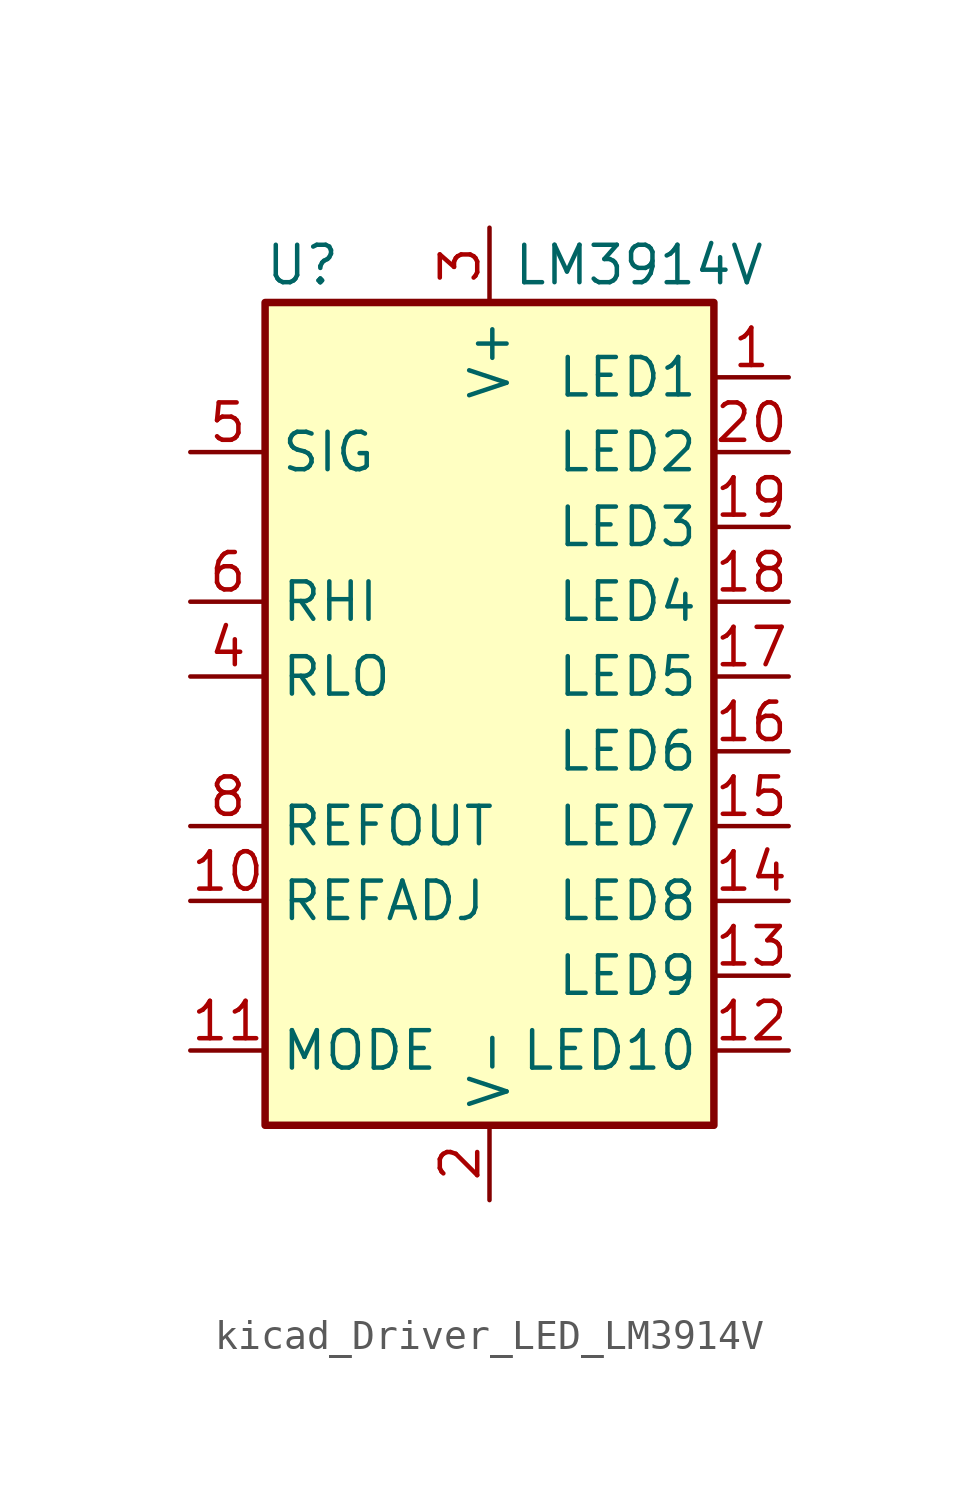
<source format=kicad_sym>
(kicad_symbol_lib
  (version 20220914)
  (generator kicad_symbol_editor)
  (symbol "kicad_Driver_LED_LM3914V"
    (property "Reference" "U"
      (at -6.35 13.97 0)
      (effects (font (size 1.27 1.27))))
    (property "Value" "LM3914V"
      (at 5.08 13.97 0)
      (effects (font (size 1.27 1.27))))
    (symbol "kicad_Driver_LED_LM3914V_0_1"
      (rectangle (start -7.62 12.7) (end 7.62 -15.24) (stroke (width 0.254) (type default)) (fill (type background))))
    (symbol "kicad_Driver_LED_LM3914V_1_1"
      (pin open_collector line (at 10.16 10.16 180) (length 2.54) (name "LED1" (effects (font (size 1.27 1.27)))) (number "1" (effects (font (size 1.27 1.27)))))
      (pin input line (at -10.16 -7.62 0) (length 2.54) (name "REFADJ" (effects (font (size 1.27 1.27)))) (number "10" (effects (font (size 1.27 1.27)))))
      (pin input line (at -10.16 -12.7 0) (length 2.54) (name "MODE" (effects (font (size 1.27 1.27)))) (number "11" (effects (font (size 1.27 1.27)))))
      (pin open_collector line (at 10.16 -12.7 180) (length 2.54) (name "LED10" (effects (font (size 1.27 1.27)))) (number "12" (effects (font (size 1.27 1.27)))))
      (pin open_collector line (at 10.16 -10.16 180) (length 2.54) (name "LED9" (effects (font (size 1.27 1.27)))) (number "13" (effects (font (size 1.27 1.27)))))
      (pin open_collector line (at 10.16 -7.62 180) (length 2.54) (name "LED8" (effects (font (size 1.27 1.27)))) (number "14" (effects (font (size 1.27 1.27)))))
      (pin open_collector line (at 10.16 -5.08 180) (length 2.54) (name "LED7" (effects (font (size 1.27 1.27)))) (number "15" (effects (font (size 1.27 1.27)))))
      (pin open_collector line (at 10.16 -2.54 180) (length 2.54) (name "LED6" (effects (font (size 1.27 1.27)))) (number "16" (effects (font (size 1.27 1.27)))))
      (pin open_collector line (at 10.16 0 180) (length 2.54) (name "LED5" (effects (font (size 1.27 1.27)))) (number "17" (effects (font (size 1.27 1.27)))))
      (pin open_collector line (at 10.16 2.54 180) (length 2.54) (name "LED4" (effects (font (size 1.27 1.27)))) (number "18" (effects (font (size 1.27 1.27)))))
      (pin open_collector line (at 10.16 5.08 180) (length 2.54) (name "LED3" (effects (font (size 1.27 1.27)))) (number "19" (effects (font (size 1.27 1.27)))))
      (pin power_in line (at 0 -17.78 90) (length 2.54) (name "V-" (effects (font (size 1.27 1.27)))) (number "2" (effects (font (size 1.27 1.27)))))
      (pin open_collector line (at 10.16 7.62 180) (length 2.54) (name "LED2" (effects (font (size 1.27 1.27)))) (number "20" (effects (font (size 1.27 1.27)))))
      (pin power_in line (at 0 15.24 270) (length 2.54) (name "V+" (effects (font (size 1.27 1.27)))) (number "3" (effects (font (size 1.27 1.27)))))
      (pin input line (at -10.16 0 0) (length 2.54) (name "RLO" (effects (font (size 1.27 1.27)))) (number "4" (effects (font (size 1.27 1.27)))))
      (pin input line (at -10.16 7.62 0) (length 2.54) (name "SIG" (effects (font (size 1.27 1.27)))) (number "5" (effects (font (size 1.27 1.27)))))
      (pin input line (at -10.16 2.54 0) (length 2.54) (name "RHI" (effects (font (size 1.27 1.27)))) (number "6" (effects (font (size 1.27 1.27)))))
      (pin no_connect line (at -7.62 5.08 0) (length 2.54) hide (name "NC" (effects (font (size 1.27 1.27)))) (number "7" (effects (font (size 1.27 1.27)))))
      (pin output line (at -10.16 -5.08 0) (length 2.54) (name "REFOUT" (effects (font (size 1.27 1.27)))) (number "8" (effects (font (size 1.27 1.27)))))
      (pin no_connect line (at -7.62 -2.54 0) (length 2.54) hide (name "NC" (effects (font (size 1.27 1.27)))) (number "9" (effects (font (size 1.27 1.27))))))))
</source>
